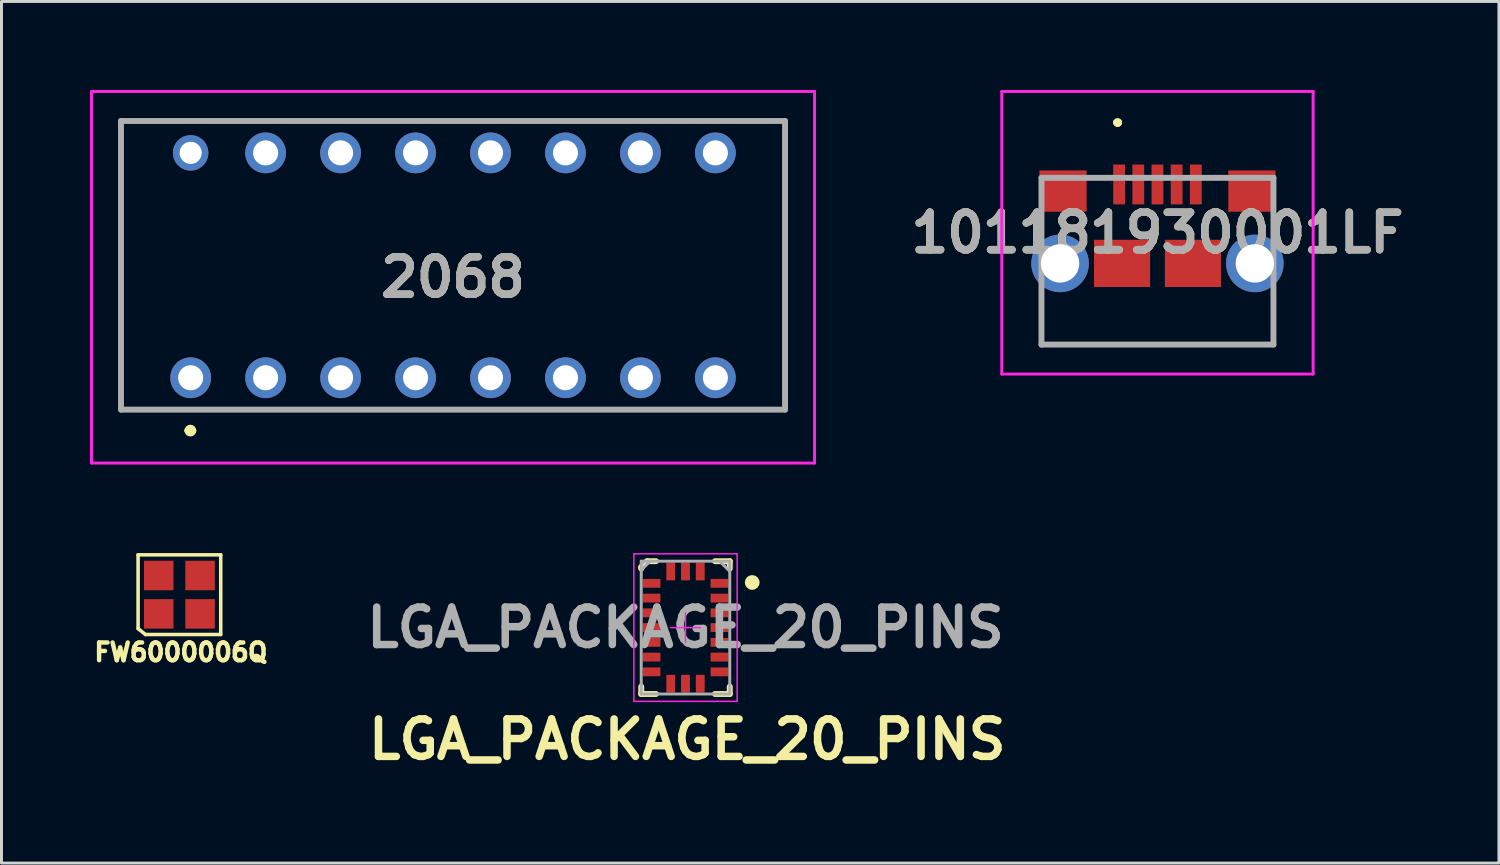
<source format=kicad_pcb>
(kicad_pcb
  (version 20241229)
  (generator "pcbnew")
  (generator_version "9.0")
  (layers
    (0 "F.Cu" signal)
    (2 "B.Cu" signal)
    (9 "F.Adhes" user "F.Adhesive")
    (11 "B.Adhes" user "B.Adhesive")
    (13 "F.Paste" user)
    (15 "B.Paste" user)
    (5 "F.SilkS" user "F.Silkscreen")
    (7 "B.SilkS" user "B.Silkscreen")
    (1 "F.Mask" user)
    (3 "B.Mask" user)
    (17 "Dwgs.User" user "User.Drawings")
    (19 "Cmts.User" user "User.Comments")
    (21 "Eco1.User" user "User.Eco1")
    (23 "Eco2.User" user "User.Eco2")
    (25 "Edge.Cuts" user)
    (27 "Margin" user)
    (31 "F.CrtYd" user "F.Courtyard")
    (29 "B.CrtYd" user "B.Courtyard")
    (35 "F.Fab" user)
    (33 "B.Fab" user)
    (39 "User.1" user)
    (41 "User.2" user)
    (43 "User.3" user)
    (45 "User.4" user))
  (footprint "2068"
    (layer "F.Cu")
    (at 12.3 6.345)
    (property "Reference" "2068" (at 0 0 0) (layer "F.SilkS") (effects (font (size 1.27 1.27) (thickness 0.254))))
    (attr through_hole)
    (fp_line (start -11.25 -5.295) (end 11.25 -5.295) (stroke (width 0.1) (type solid)) (layer "F.SilkS"))
    (fp_line (start -11.25 4.485) (end -11.25 -5.295) (stroke (width 0.1) (type solid)) (layer "F.SilkS"))
    (fp_line (start -9 5.195) (end -9 5.195) (stroke (width 0.2) (type solid)) (layer "F.SilkS"))
    (fp_line (start -8.8 5.195) (end -8.8 5.195) (stroke (width 0.2) (type solid)) (layer "F.SilkS"))
    (fp_line (start 11.25 -5.295) (end 11.25 4.485) (stroke (width 0.1) (type solid)) (layer "F.SilkS"))
    (fp_line (start 11.25 4.485) (end -11.25 4.485) (stroke (width 0.1) (type solid)) (layer "F.SilkS"))
    (fp_arc (start -9 5.195) (mid -8.9 5.095) (end -8.8 5.195) (stroke (width 0.2) (type solid)) (layer "F.SilkS"))
    (fp_arc (start -8.8 5.195) (mid -8.9 5.295) (end -9 5.195) (stroke (width 0.2) (type solid)) (layer "F.SilkS"))
    (fp_line (start -12.25 -6.295) (end 12.25 -6.295) (stroke (width 0.1) (type solid)) (layer "F.CrtYd"))
    (fp_line (start -12.25 6.295) (end -12.25 -6.295) (stroke (width 0.1) (type solid)) (layer "F.CrtYd"))
    (fp_line (start 12.25 -6.295) (end 12.25 6.295) (stroke (width 0.1) (type solid)) (layer "F.CrtYd"))
    (fp_line (start 12.25 6.295) (end -12.25 6.295) (stroke (width 0.1) (type solid)) (layer "F.CrtYd"))
    (fp_line (start -11.25 -5.295) (end 11.25 -5.295) (stroke (width 0.2) (type solid)) (layer "F.Fab"))
    (fp_line (start -11.25 4.485) (end -11.25 -5.295) (stroke (width 0.2) (type solid)) (layer "F.Fab"))
    (fp_line (start 11.25 -5.295) (end 11.25 4.485) (stroke (width 0.2) (type solid)) (layer "F.Fab"))
    (fp_line (start 11.25 4.485) (end -11.25 4.485) (stroke (width 0.2) (type solid)) (layer "F.Fab"))
    (fp_text user "${REFERENCE}" (at 0 0 0) (layer "F.Fab") (effects (font (size 1.27 1.27) (thickness 0.254))))
    (pad "1" thru_hole circle (at -8.89 3.405) (size 1.381 1.381) (drill 0.85) (layers "*.Cu" "*.Mask"))
    (pad "2" thru_hole circle (at -8.89 -4.215) (size 1.2 1.2) (drill 0.75) (layers "*.Cu" "*.Mask"))
    (pad "3" thru_hole circle (at -6.35 3.405) (size 1.381 1.381) (drill 0.85) (layers "*.Cu" "*.Mask"))
    (pad "4" thru_hole circle (at -6.35 -4.215) (size 1.381 1.381) (drill 0.85) (layers "*.Cu" "*.Mask"))
    (pad "5" thru_hole circle (at -3.81 3.405) (size 1.381 1.381) (drill 0.85) (layers "*.Cu" "*.Mask"))
    (pad "6" thru_hole circle (at -3.81 -4.215) (size 1.381 1.381) (drill 0.85) (layers "*.Cu" "*.Mask"))
    (pad "7" thru_hole circle (at -1.27 3.405) (size 1.381 1.381) (drill 0.85) (layers "*.Cu" "*.Mask"))
    (pad "8" thru_hole circle (at -1.27 -4.215) (size 1.381 1.381) (drill 0.85) (layers "*.Cu" "*.Mask"))
    (pad "9" thru_hole circle (at 1.27 3.405) (size 1.381 1.381) (drill 0.85) (layers "*.Cu" "*.Mask"))
    (pad "10" thru_hole circle (at 1.27 -4.215) (size 1.381 1.381) (drill 0.85) (layers "*.Cu" "*.Mask"))
    (pad "11" thru_hole circle (at 3.81 3.405) (size 1.381 1.381) (drill 0.85) (layers "*.Cu" "*.Mask"))
    (pad "12" thru_hole circle (at 3.81 -4.215) (size 1.381 1.381) (drill 0.85) (layers "*.Cu" "*.Mask"))
    (pad "13" thru_hole circle (at 6.35 3.405) (size 1.381 1.381) (drill 0.85) (layers "*.Cu" "*.Mask"))
    (pad "14" thru_hole circle (at 6.35 -4.215) (size 1.381 1.381) (drill 0.85) (layers "*.Cu" "*.Mask"))
    (pad "15" thru_hole circle (at 8.89 3.405) (size 1.381 1.381) (drill 0.85) (layers "*.Cu" "*.Mask"))
    (pad "16" thru_hole circle (at 8.89 -4.215) (size 1.381 1.381) (drill 0.85) (layers "*.Cu" "*.Mask")))
  (footprint "101181930001LF"
    (layer "F.Cu")
    (at 36.169 5.8)
    (property "Reference" "101181930001LF" (at 0 -0.963 0) (layer "F.SilkS") (effects (font (size 1.27 1.27) (thickness 0.254))))
    (attr through_hole)
    (fp_line (start -3.93 2) (end -3.93 2) (stroke (width 0.1) (type solid)) (layer "F.SilkS"))
    (fp_line (start -3.93 2) (end -3.93 2.825) (stroke (width 0.1) (type solid)) (layer "F.SilkS"))
    (fp_line (start -3.93 2.825) (end -3.93 2) (stroke (width 0.1) (type solid)) (layer "F.SilkS"))
    (fp_line (start -3.93 2.825) (end -3.93 2.825) (stroke (width 0.1) (type solid)) (layer "F.SilkS"))
    (fp_line (start -3.93 2.825) (end -3.93 2.825) (stroke (width 0.1) (type solid)) (layer "F.SilkS"))
    (fp_line (start -3.93 2.825) (end 3.93 2.825) (stroke (width 0.1) (type solid)) (layer "F.SilkS"))
    (fp_line (start -1.4 -4.7) (end -1.4 -4.7) (stroke (width 0.2) (type solid)) (layer "F.SilkS"))
    (fp_line (start -1.4 -4.7) (end -1.4 -4.7) (stroke (width 0.2) (type solid)) (layer "F.SilkS"))
    (fp_line (start -1.3 -4.7) (end -1.3 -4.7) (stroke (width 0.2) (type solid)) (layer "F.SilkS"))
    (fp_line (start 3.93 2) (end 3.93 2) (stroke (width 0.1) (type solid)) (layer "F.SilkS"))
    (fp_line (start 3.93 2) (end 3.93 2.825) (stroke (width 0.1) (type solid)) (layer "F.SilkS"))
    (fp_line (start 3.93 2.825) (end -3.93 2.825) (stroke (width 0.1) (type solid)) (layer "F.SilkS"))
    (fp_line (start 3.93 2.825) (end 3.93 2) (stroke (width 0.1) (type solid)) (layer "F.SilkS"))
    (fp_line (start 3.93 2.825) (end 3.93 2.825) (stroke (width 0.1) (type solid)) (layer "F.SilkS"))
    (fp_line (start 3.93 2.825) (end 3.93 2.825) (stroke (width 0.1) (type solid)) (layer "F.SilkS"))
    (fp_arc (start -1.4 -4.7) (mid -1.35 -4.75) (end -1.3 -4.7) (stroke (width 0.2) (type solid)) (layer "F.SilkS"))
    (fp_arc (start -1.3 -4.7) (mid -1.35 -4.65) (end -1.4 -4.7) (stroke (width 0.2) (type solid)) (layer "F.SilkS"))
    (fp_arc (start -1.3 -4.7) (mid -1.35 -4.65) (end -1.4 -4.7) (stroke (width 0.2) (type solid)) (layer "F.SilkS"))
    (fp_line (start -5.275 -5.75) (end 5.275 -5.75) (stroke (width 0.1) (type solid)) (layer "F.CrtYd"))
    (fp_line (start -5.275 3.825) (end -5.275 -5.75) (stroke (width 0.1) (type solid)) (layer "F.CrtYd"))
    (fp_line (start 5.275 -5.75) (end 5.275 3.825) (stroke (width 0.1) (type solid)) (layer "F.CrtYd"))
    (fp_line (start 5.275 3.825) (end -5.275 3.825) (stroke (width 0.1) (type solid)) (layer "F.CrtYd"))
    (fp_line (start -3.93 -2.825) (end -3.93 2.825) (stroke (width 0.2) (type solid)) (layer "F.Fab"))
    (fp_line (start -3.93 2.825) (end 3.93 2.825) (stroke (width 0.2) (type solid)) (layer "F.Fab"))
    (fp_line (start 3.93 -2.825) (end -3.93 -2.825) (stroke (width 0.2) (type solid)) (layer "F.Fab"))
    (fp_line (start 3.93 2.825) (end 3.93 -2.825) (stroke (width 0.2) (type solid)) (layer "F.Fab"))
    (fp_text user "${REFERENCE}" (at 0 -0.963 0) (layer "F.Fab") (effects (font (size 1.27 1.27) (thickness 0.254))))
    (pad "1" smd rect (at -1.3 -2.6) (size 0.4 1.35) (layers "F.Cu" "F.Mask" "F.Paste"))
    (pad "2" smd rect (at -0.65 -2.6) (size 0.4 1.35) (layers "F.Cu" "F.Mask" "F.Paste"))
    (pad "3" smd rect (at 0 -2.6) (size 0.4 1.35) (layers "F.Cu" "F.Mask" "F.Paste"))
    (pad "4" smd rect (at 0.65 -2.6) (size 0.4 1.35) (layers "F.Cu" "F.Mask" "F.Paste"))
    (pad "5" smd rect (at 1.3 -2.6) (size 0.4 1.35) (layers "F.Cu" "F.Mask" "F.Paste"))
    (pad "MH1" thru_hole circle (at -3.3 0.075) (size 1.95 1.95) (drill 1.3) (layers "*.Cu" "*.Mask"))
    (pad "MH2" thru_hole circle (at 3.3 0.075) (size 1.95 1.95) (drill 1.3) (layers "*.Cu" "*.Mask"))
    (pad "MP1" smd rect (at -3.2 -2.375 90) (size 1.4 1.6) (layers "F.Cu" "F.Mask" "F.Paste"))
    (pad "MP2" smd rect (at -1.2 0.075 90) (size 1.6 1.9) (layers "F.Cu" "F.Mask" "F.Paste"))
    (pad "MP3" smd rect (at 1.2 0.075 90) (size 1.6 1.9) (layers "F.Cu" "F.Mask" "F.Paste"))
    (pad "MP4" smd rect (at 3.2 -2.375 90) (size 1.4 1.6) (layers "F.Cu" "F.Mask" "F.Paste")))
  (footprint "FW6000006Q"
    (layer "F.Cu")
    (at 3.029 17.1)
    (property "Reference" "FW6000006Q" (at 0.05 1.95 0) (layer "F.SilkS") (effects (font (size 0.6 0.6) (thickness 0.15))))
    (attr through_hole)
    (fp_line (start -1.4 -1.35) (end 1.4 -1.35) (stroke (width 0.12) (type solid)) (layer "F.SilkS"))
    (fp_line (start -1.4 1.15) (end -1.4 -1.35) (stroke (width 0.12) (type solid)) (layer "F.SilkS"))
    (fp_line (start -1.15 1.35) (end -1.4 1.15) (stroke (width 0.12) (type solid)) (layer "F.SilkS"))
    (fp_line (start 1.4 -1.35) (end 1.4 1.35) (stroke (width 0.12) (type solid)) (layer "F.SilkS"))
    (fp_line (start 1.4 1.35) (end -1.15 1.35) (stroke (width 0.12) (type solid)) (layer "F.SilkS"))
    (pad "1" smd rect (at -0.7 0.65) (size 1 1) (layers "F.Cu" "F.Mask" "F.Paste"))
    (pad "2" smd rect (at 0.7 0.65) (size 1 1) (layers "F.Cu" "F.Mask" "F.Paste"))
    (pad "3" smd rect (at 0.7 -0.65) (size 1 1) (layers "F.Cu" "F.Mask" "F.Paste"))
    (pad "4" smd rect (at -0.7 -0.65) (size 1 1) (layers "F.Cu" "F.Mask" "F.Paste")))
  (footprint "LGA_PACKAGE_20_PINS"
    (layer "F.Cu")
    (at 20.177 18.215)
    (property "Reference" "LGA_PACKAGE_20_PINS" (at 0.06 3.79 0) (layer "F.SilkS") (effects (font (size 1.27 1.27) (thickness 0.254))))
    (attr smd)
    (fp_line (start -1.5 -2.05) (end -1.3 -2.25) (stroke (width 0.2) (type solid)) (layer "F.SilkS"))
    (fp_line (start -1.5 -2) (end -1.5 -2.05) (stroke (width 0.2) (type solid)) (layer "F.SilkS"))
    (fp_line (start -1.5 2) (end -1.5 2.25) (stroke (width 0.2) (type solid)) (layer "F.SilkS"))
    (fp_line (start -1.5 2.25) (end -1 2.25) (stroke (width 0.2) (type solid)) (layer "F.SilkS"))
    (fp_line (start -1.3 -2.25) (end -1 -2.25) (stroke (width 0.2) (type solid)) (layer "F.SilkS"))
    (fp_line (start 1.5 -2.25) (end 1 -2.25) (stroke (width 0.2) (type solid)) (layer "F.SilkS"))
    (fp_line (start 1.5 -2) (end 1.5 -2.25) (stroke (width 0.2) (type solid)) (layer "F.SilkS"))
    (fp_line (start 1.5 2) (end 1.5 2.25) (stroke (width 0.2) (type solid)) (layer "F.SilkS"))
    (fp_line (start 1.5 2.25) (end 1 2.25) (stroke (width 0.2) (type solid)) (layer "F.SilkS"))
    (fp_circle (center 2.26 -1.529) (end 2.26 -1.404) (stroke (width 0.25) (type solid)) (fill no) (layer "F.SilkS"))
    (fp_line (start -1.75 -2.5) (end -1.75 2.5) (stroke (width 0.05) (type solid)) (layer "F.CrtYd"))
    (fp_line (start -1.75 2.5) (end 1.75 2.5) (stroke (width 0.05) (type solid)) (layer "F.CrtYd"))
    (fp_line (start -1.5 -2.25) (end -1.5 2.25) (stroke (width 0.001) (type solid)) (layer "F.CrtYd"))
    (fp_line (start -1.5 2.25) (end 1.5 2.25) (stroke (width 0.001) (type solid)) (layer "F.CrtYd"))
    (fp_line (start -0.5 0) (end 0.5 0) (stroke (width 0.05) (type solid)) (layer "F.CrtYd"))
    (fp_line (start 0 0.5) (end 0 -0.5) (stroke (width 0.05) (type solid)) (layer "F.CrtYd"))
    (fp_line (start 1.5 -2.25) (end -1.5 -2.25) (stroke (width 0.001) (type solid)) (layer "F.CrtYd"))
    (fp_line (start 1.5 2.25) (end 1.5 -2.25) (stroke (width 0.001) (type solid)) (layer "F.CrtYd"))
    (fp_line (start 1.75 -2.5) (end -1.75 -2.5) (stroke (width 0.05) (type solid)) (layer "F.CrtYd"))
    (fp_line (start 1.75 2.5) (end 1.75 -2.5) (stroke (width 0.05) (type solid)) (layer "F.CrtYd"))
    (fp_line (start -1.5 -2.25) (end -1.5 2.25) (stroke (width 0.1) (type solid)) (layer "F.Fab"))
    (fp_line (start -1.5 2.25) (end 1.5 2.25) (stroke (width 0.1) (type solid)) (layer "F.Fab"))
    (fp_line (start -1.4 -2.25) (end -1.5 -2.15) (stroke (width 0.1) (type solid)) (layer "F.Fab"))
    (fp_line (start -1.2 -2.25) (end -1.5 -1.95) (stroke (width 0.1) (type solid)) (layer "F.Fab"))
    (fp_line (start 1.179 -2.224) (end 1.48 -1.925) (stroke (width 0.1) (type solid)) (layer "F.Fab"))
    (fp_line (start 1.5 -2.25) (end -1.5 -2.25) (stroke (width 0.1) (type solid)) (layer "F.Fab"))
    (fp_line (start 1.5 2.25) (end 1.5 -2.25) (stroke (width 0.1) (type solid)) (layer "F.Fab"))
    (fp_text user "${REFERENCE}" (at 0 0 0) (layer "F.Fab") (effects (font (size 1.27 1.27) (thickness 0.254))))
    (pad "1" smd rect (at 1.15 -1.5 90) (size 0.3 0.6) (layers "F.Cu" "F.Mask" "F.Paste"))
    (pad "2" smd rect (at 1.15 -1 90) (size 0.3 0.6) (layers "F.Cu" "F.Mask" "F.Paste"))
    (pad "3" smd rect (at 1.15 -0.5 90) (size 0.3 0.6) (layers "F.Cu" "F.Mask" "F.Paste"))
    (pad "4" smd rect (at 1.15 0 90) (size 0.3 0.6) (layers "F.Cu" "F.Mask" "F.Paste"))
    (pad "5" smd rect (at 1.15 0.5 90) (size 0.3 0.6) (layers "F.Cu" "F.Mask" "F.Paste"))
    (pad "6" smd rect (at 1.15 1 90) (size 0.3 0.6) (layers "F.Cu" "F.Mask" "F.Paste"))
    (pad "7" smd rect (at 1.15 1.5 90) (size 0.3 0.6) (layers "F.Cu" "F.Mask" "F.Paste"))
    (pad "8" smd rect (at 0.5 1.9) (size 0.3 0.6) (layers "F.Cu" "F.Mask" "F.Paste"))
    (pad "9" smd rect (at 0 1.9) (size 0.3 0.6) (layers "F.Cu" "F.Mask" "F.Paste"))
    (pad "10" smd rect (at -0.5 1.9) (size 0.3 0.6) (layers "F.Cu" "F.Mask" "F.Paste"))
    (pad "11" smd rect (at -1.15 1.5 90) (size 0.3 0.6) (layers "F.Cu" "F.Mask" "F.Paste"))
    (pad "12" smd rect (at -1.15 1 90) (size 0.3 0.6) (layers "F.Cu" "F.Mask" "F.Paste"))
    (pad "13" smd rect (at -1.15 0.5 90) (size 0.3 0.6) (layers "F.Cu" "F.Mask" "F.Paste"))
    (pad "14" smd rect (at -1.15 0 90) (size 0.3 0.6) (layers "F.Cu" "F.Mask" "F.Paste"))
    (pad "15" smd rect (at -1.15 -0.5 90) (size 0.3 0.6) (layers "F.Cu" "F.Mask" "F.Paste"))
    (pad "16" smd rect (at -1.15 -1 90) (size 0.3 0.6) (layers "F.Cu" "F.Mask" "F.Paste"))
    (pad "17" smd rect (at -1.15 -1.5 90) (size 0.3 0.6) (layers "F.Cu" "F.Mask" "F.Paste"))
    (pad "18" smd rect (at -0.5 -1.9) (size 0.3 0.6) (layers "F.Cu" "F.Mask" "F.Paste"))
    (pad "19" smd rect (at 0 -1.9) (size 0.3 0.6) (layers "F.Cu" "F.Mask" "F.Paste"))
    (pad "20" smd rect (at 0.5 -1.9) (size 0.3 0.6) (layers "F.Cu" "F.Mask" "F.Paste")))
  (gr_rect
    (start -3 -3)
    (end 47.739 26.194)
    (stroke (width 0.1) (type default))
    (fill no)
    (layer "Edge.Cuts")))
</source>
